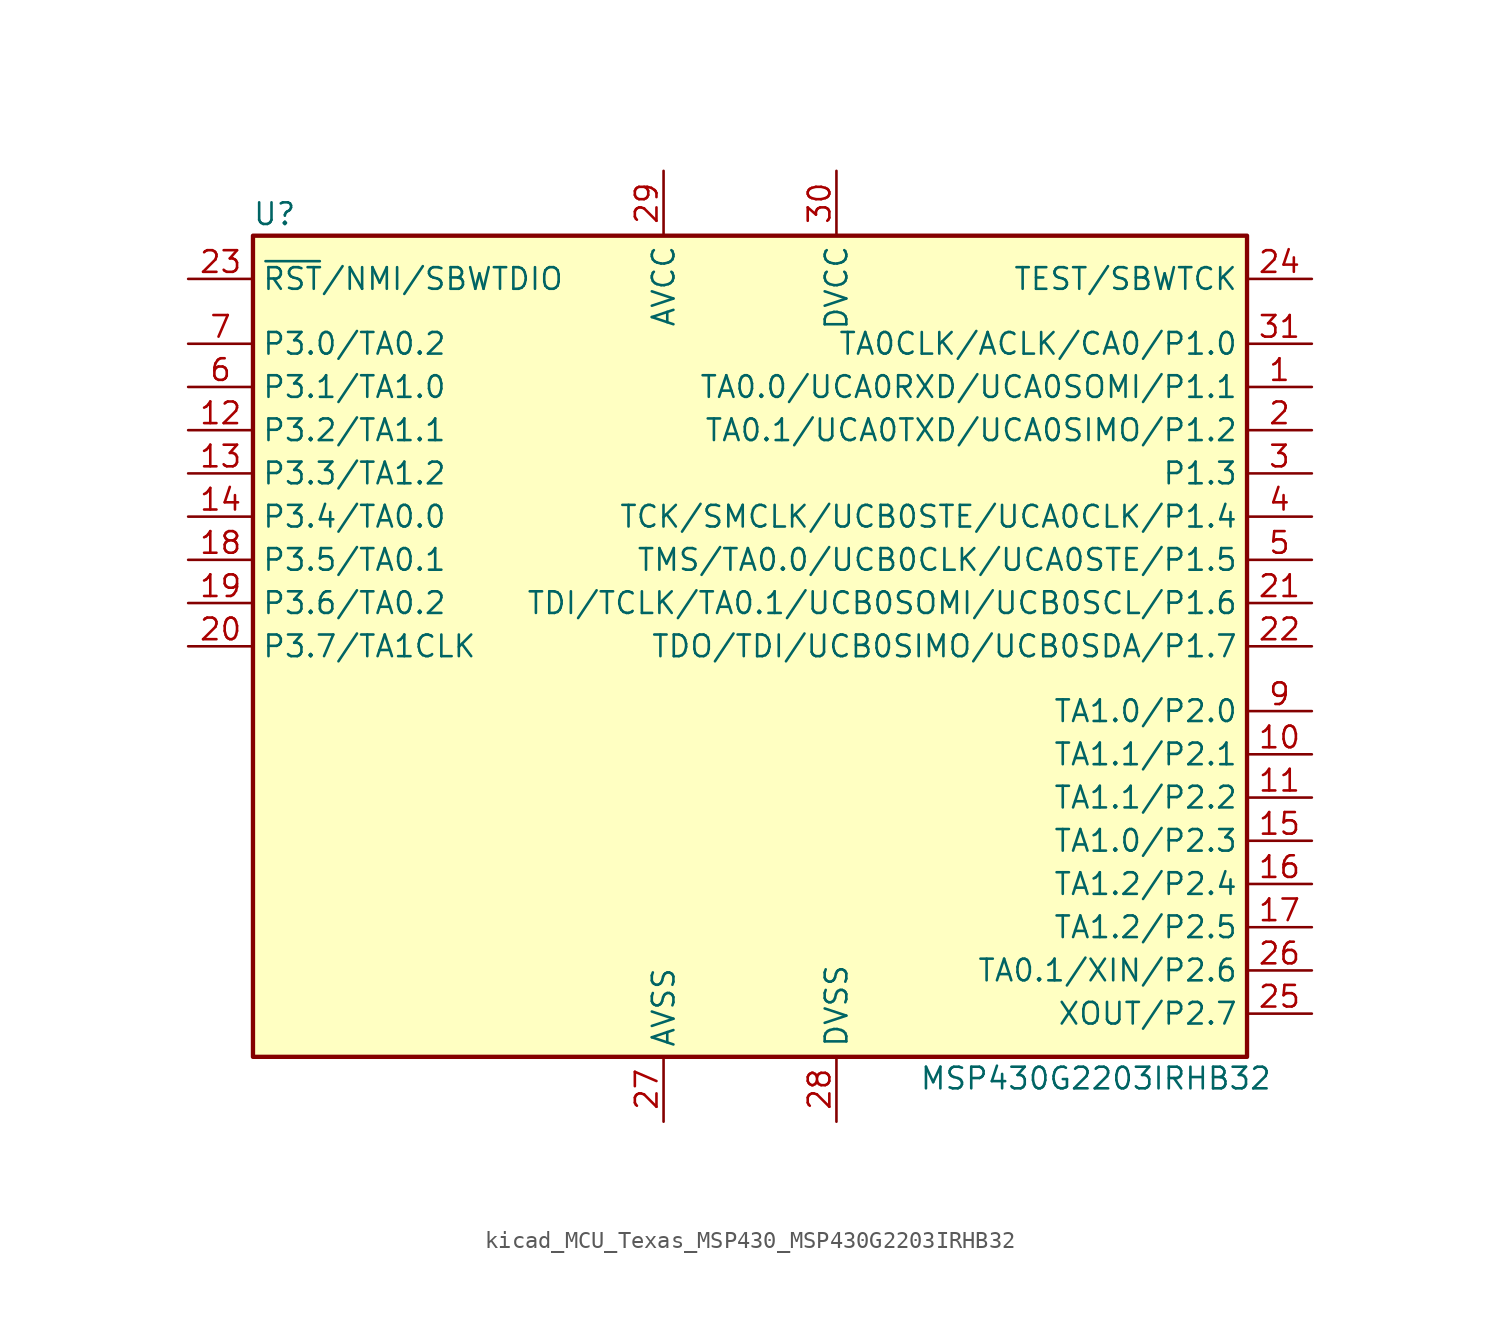
<source format=kicad_sym>
(kicad_symbol_lib
  (version 20220914)
  (generator kicad_symbol_editor)
  (symbol "kicad_MCU_Texas_MSP430_MSP430G2203IRHB32"
    (property "Reference" "U"
      (at -27.94 25.4 0)
      (effects (font (size 1.27 1.27))))
    (property "Value" "MSP430G2203IRHB32"
      (at 20.32 -25.4 0)
      (effects (font (size 1.27 1.27))))
    (symbol "kicad_MCU_Texas_MSP430_MSP430G2203IRHB32_0_1"
      (rectangle (start -29.21 24.13) (end 29.21 -24.13) (stroke (width 0.254) (type default)) (fill (type background))))
    (symbol "kicad_MCU_Texas_MSP430_MSP430G2203IRHB32_1_1"
      (pin bidirectional line (at 33.02 15.24 180) (length 3.81) (name "TA0.0/UCA0RXD/UCA0SOMI/P1.1" (effects (font (size 1.27 1.27)))) (number "1" (effects (font (size 1.27 1.27)))))
      (pin bidirectional line (at 33.02 -6.35 180) (length 3.81) (name "TA1.1/P2.1" (effects (font (size 1.27 1.27)))) (number "10" (effects (font (size 1.27 1.27)))))
      (pin bidirectional line (at 33.02 -8.89 180) (length 3.81) (name "TA1.1/P2.2" (effects (font (size 1.27 1.27)))) (number "11" (effects (font (size 1.27 1.27)))))
      (pin bidirectional line (at -33.02 12.7 0) (length 3.81) (name "P3.2/TA1.1" (effects (font (size 1.27 1.27)))) (number "12" (effects (font (size 1.27 1.27)))))
      (pin bidirectional line (at -33.02 10.16 0) (length 3.81) (name "P3.3/TA1.2" (effects (font (size 1.27 1.27)))) (number "13" (effects (font (size 1.27 1.27)))))
      (pin bidirectional line (at -33.02 7.62 0) (length 3.81) (name "P3.4/TA0.0" (effects (font (size 1.27 1.27)))) (number "14" (effects (font (size 1.27 1.27)))))
      (pin bidirectional line (at 33.02 -11.43 180) (length 3.81) (name "TA1.0/P2.3" (effects (font (size 1.27 1.27)))) (number "15" (effects (font (size 1.27 1.27)))))
      (pin bidirectional line (at 33.02 -13.97 180) (length 3.81) (name "TA1.2/P2.4" (effects (font (size 1.27 1.27)))) (number "16" (effects (font (size 1.27 1.27)))))
      (pin bidirectional line (at 33.02 -16.51 180) (length 3.81) (name "TA1.2/P2.5" (effects (font (size 1.27 1.27)))) (number "17" (effects (font (size 1.27 1.27)))))
      (pin bidirectional line (at -33.02 5.08 0) (length 3.81) (name "P3.5/TA0.1" (effects (font (size 1.27 1.27)))) (number "18" (effects (font (size 1.27 1.27)))))
      (pin bidirectional line (at -33.02 2.54 0) (length 3.81) (name "P3.6/TA0.2" (effects (font (size 1.27 1.27)))) (number "19" (effects (font (size 1.27 1.27)))))
      (pin bidirectional line (at 33.02 12.7 180) (length 3.81) (name "TA0.1/UCA0TXD/UCA0SIMO/P1.2" (effects (font (size 1.27 1.27)))) (number "2" (effects (font (size 1.27 1.27)))))
      (pin bidirectional line (at -33.02 0 0) (length 3.81) (name "P3.7/TA1CLK" (effects (font (size 1.27 1.27)))) (number "20" (effects (font (size 1.27 1.27)))))
      (pin bidirectional line (at 33.02 2.54 180) (length 3.81) (name "TDI/TCLK/TA0.1/UCB0SOMI/UCB0SCL/P1.6" (effects (font (size 1.27 1.27)))) (number "21" (effects (font (size 1.27 1.27)))))
      (pin bidirectional line (at 33.02 0 180) (length 3.81) (name "TDO/TDI/UCB0SIMO/UCB0SDA/P1.7" (effects (font (size 1.27 1.27)))) (number "22" (effects (font (size 1.27 1.27)))))
      (pin input line (at -33.02 21.59 0) (length 3.81) (name "~{RST}/NMI/SBWTDIO" (effects (font (size 1.27 1.27)))) (number "23" (effects (font (size 1.27 1.27)))))
      (pin input line (at 33.02 21.59 180) (length 3.81) (name "TEST/SBWTCK" (effects (font (size 1.27 1.27)))) (number "24" (effects (font (size 1.27 1.27)))))
      (pin bidirectional line (at 33.02 -21.59 180) (length 3.81) (name "XOUT/P2.7" (effects (font (size 1.27 1.27)))) (number "25" (effects (font (size 1.27 1.27)))))
      (pin bidirectional line (at 33.02 -19.05 180) (length 3.81) (name "TA0.1/XIN/P2.6" (effects (font (size 1.27 1.27)))) (number "26" (effects (font (size 1.27 1.27)))))
      (pin power_in line (at -5.08 -27.94 90) (length 3.81) (name "AVSS" (effects (font (size 1.27 1.27)))) (number "27" (effects (font (size 1.27 1.27)))))
      (pin power_in line (at 5.08 -27.94 90) (length 3.81) (name "DVSS" (effects (font (size 1.27 1.27)))) (number "28" (effects (font (size 1.27 1.27)))))
      (pin power_in line (at -5.08 27.94 270) (length 3.81) (name "AVCC" (effects (font (size 1.27 1.27)))) (number "29" (effects (font (size 1.27 1.27)))))
      (pin bidirectional line (at 33.02 10.16 180) (length 3.81) (name "P1.3" (effects (font (size 1.27 1.27)))) (number "3" (effects (font (size 1.27 1.27)))))
      (pin power_in line (at 5.08 27.94 270) (length 3.81) (name "DVCC" (effects (font (size 1.27 1.27)))) (number "30" (effects (font (size 1.27 1.27)))))
      (pin bidirectional line (at 33.02 17.78 180) (length 3.81) (name "TA0CLK/ACLK/CA0/P1.0" (effects (font (size 1.27 1.27)))) (number "31" (effects (font (size 1.27 1.27)))))
      (pin bidirectional line (at 33.02 7.62 180) (length 3.81) (name "TCK/SMCLK/UCB0STE/UCA0CLK/P1.4" (effects (font (size 1.27 1.27)))) (number "4" (effects (font (size 1.27 1.27)))))
      (pin bidirectional line (at 33.02 5.08 180) (length 3.81) (name "TMS/TA0.0/UCB0CLK/UCA0STE/P1.5" (effects (font (size 1.27 1.27)))) (number "5" (effects (font (size 1.27 1.27)))))
      (pin bidirectional line (at -33.02 15.24 0) (length 3.81) (name "P3.1/TA1.0" (effects (font (size 1.27 1.27)))) (number "6" (effects (font (size 1.27 1.27)))))
      (pin bidirectional line (at -33.02 17.78 0) (length 3.81) (name "P3.0/TA0.2" (effects (font (size 1.27 1.27)))) (number "7" (effects (font (size 1.27 1.27)))))
      (pin bidirectional line (at 33.02 -3.81 180) (length 3.81) (name "TA1.0/P2.0" (effects (font (size 1.27 1.27)))) (number "9" (effects (font (size 1.27 1.27))))))))
</source>
